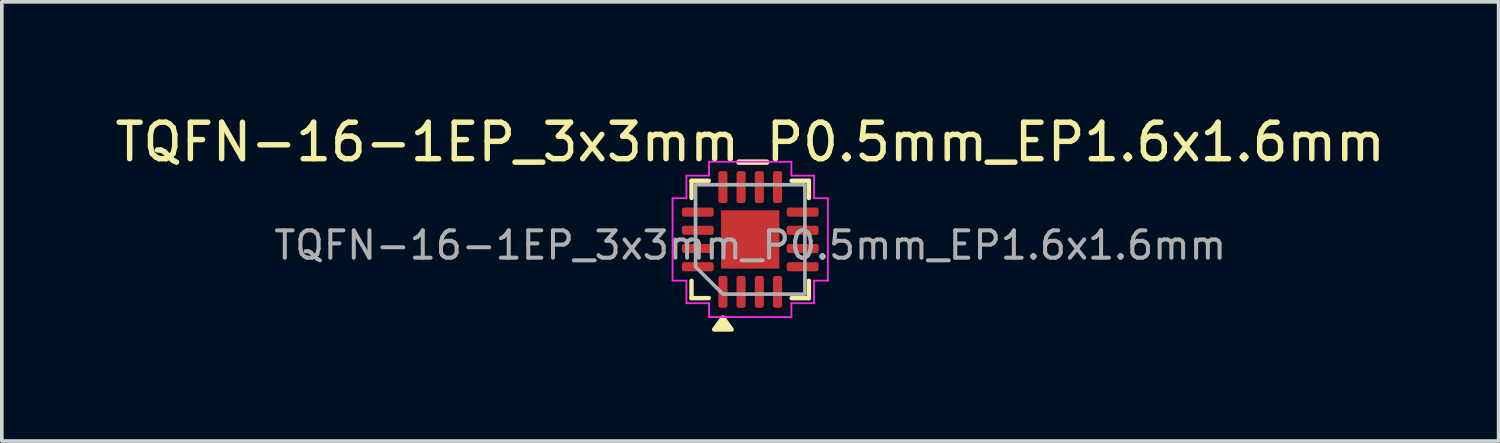
<source format=kicad_pcb>
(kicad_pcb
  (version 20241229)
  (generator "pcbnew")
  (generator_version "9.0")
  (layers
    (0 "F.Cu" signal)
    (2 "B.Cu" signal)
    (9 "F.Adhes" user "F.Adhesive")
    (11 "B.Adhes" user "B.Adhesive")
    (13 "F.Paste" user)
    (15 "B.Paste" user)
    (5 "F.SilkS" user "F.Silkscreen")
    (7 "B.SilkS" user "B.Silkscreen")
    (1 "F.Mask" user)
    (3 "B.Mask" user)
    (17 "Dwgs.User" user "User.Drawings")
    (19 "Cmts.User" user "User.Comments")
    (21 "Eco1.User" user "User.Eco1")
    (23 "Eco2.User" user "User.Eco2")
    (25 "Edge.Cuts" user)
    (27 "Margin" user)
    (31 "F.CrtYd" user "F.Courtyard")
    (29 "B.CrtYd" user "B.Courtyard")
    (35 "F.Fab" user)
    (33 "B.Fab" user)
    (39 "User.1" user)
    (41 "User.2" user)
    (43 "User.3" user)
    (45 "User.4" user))
  (footprint "TQFN-16-1EP_3x3mm_P0.5mm_EP1.6x1.6mm"
    (layer "F.Cu")
    (at 17.53 3.678)
    (property "Reference" "TQFN-16-1EP_3x3mm_P0.5mm_EP1.6x1.6mm" (at 0 -2.83 0) (layer "F.SilkS") (effects (font (size 1 1) (thickness 0.15))))
    (attr smd)
    (fp_line (start -1.61 -1.77) (end -1.135 -1.77) (stroke (width 0.12) (type solid)) (layer "F.SilkS"))
    (fp_line (start -1.61 -1.295) (end -1.61 -1.77) (stroke (width 0.12) (type solid)) (layer "F.SilkS"))
    (fp_line (start -1.61 1.45) (end -1.61 0.975) (stroke (width 0.12) (type solid)) (layer "F.SilkS"))
    (fp_line (start -1.135 1.45) (end -1.61 1.45) (stroke (width 0.12) (type solid)) (layer "F.SilkS"))
    (fp_line (start 1.135 -1.77) (end 1.61 -1.77) (stroke (width 0.12) (type solid)) (layer "F.SilkS"))
    (fp_line (start 1.61 -1.77) (end 1.61 -1.295) (stroke (width 0.12) (type solid)) (layer "F.SilkS"))
    (fp_line (start 1.61 0.975) (end 1.61 1.45) (stroke (width 0.12) (type solid)) (layer "F.SilkS"))
    (fp_line (start 1.61 1.45) (end 1.135 1.45) (stroke (width 0.12) (type solid)) (layer "F.SilkS"))
    (fp_poly (pts (xy -0.75 1.98) (xy -0.51 2.31) (xy -0.99 2.31)) (stroke (width 0.12) (type solid)) (fill yes) (layer "F.SilkS"))
    (fp_line (start -2.13 -1.29) (end -1.75 -1.29) (stroke (width 0.05) (type solid)) (layer "F.CrtYd"))
    (fp_line (start -2.13 0.97) (end -2.13 -1.29) (stroke (width 0.05) (type solid)) (layer "F.CrtYd"))
    (fp_line (start -1.75 -1.91) (end -1.13 -1.91) (stroke (width 0.05) (type solid)) (layer "F.CrtYd"))
    (fp_line (start -1.75 -1.29) (end -1.75 -1.91) (stroke (width 0.05) (type solid)) (layer "F.CrtYd"))
    (fp_line (start -1.75 0.97) (end -2.13 0.97) (stroke (width 0.05) (type solid)) (layer "F.CrtYd"))
    (fp_line (start -1.75 1.59) (end -1.75 0.97) (stroke (width 0.05) (type solid)) (layer "F.CrtYd"))
    (fp_line (start -1.13 -2.29) (end 1.13 -2.29) (stroke (width 0.05) (type solid)) (layer "F.CrtYd"))
    (fp_line (start -1.13 -1.91) (end -1.13 -2.29) (stroke (width 0.05) (type solid)) (layer "F.CrtYd"))
    (fp_line (start -1.13 1.59) (end -1.75 1.59) (stroke (width 0.05) (type solid)) (layer "F.CrtYd"))
    (fp_line (start -1.13 1.97) (end -1.13 1.59) (stroke (width 0.05) (type solid)) (layer "F.CrtYd"))
    (fp_line (start 1.13 -2.29) (end 1.13 -1.91) (stroke (width 0.05) (type solid)) (layer "F.CrtYd"))
    (fp_line (start 1.13 -1.91) (end 1.75 -1.91) (stroke (width 0.05) (type solid)) (layer "F.CrtYd"))
    (fp_line (start 1.13 1.59) (end 1.13 1.97) (stroke (width 0.05) (type solid)) (layer "F.CrtYd"))
    (fp_line (start 1.13 1.97) (end -1.13 1.97) (stroke (width 0.05) (type solid)) (layer "F.CrtYd"))
    (fp_line (start 1.75 -1.91) (end 1.75 -1.29) (stroke (width 0.05) (type solid)) (layer "F.CrtYd"))
    (fp_line (start 1.75 -1.29) (end 2.13 -1.29) (stroke (width 0.05) (type solid)) (layer "F.CrtYd"))
    (fp_line (start 1.75 0.97) (end 1.75 1.59) (stroke (width 0.05) (type solid)) (layer "F.CrtYd"))
    (fp_line (start 1.75 1.59) (end 1.13 1.59) (stroke (width 0.05) (type solid)) (layer "F.CrtYd"))
    (fp_line (start 2.13 -1.29) (end 2.13 0.97) (stroke (width 0.05) (type solid)) (layer "F.CrtYd"))
    (fp_line (start 2.13 0.97) (end 1.75 0.97) (stroke (width 0.05) (type solid)) (layer "F.CrtYd"))
    (fp_poly (pts (xy -1.5 0.59) (xy -1.5 -1.66) (xy 1.5 -1.66) (xy 1.5 1.34) (xy -0.75 1.34)) (stroke (width 0.1) (type solid)) (fill no) (layer "F.Fab"))
    (fp_text user "${REFERENCE}" (at 0 0 0) (layer "F.Fab") (effects (font (size 0.75 0.75) (thickness 0.11))))
    (pad "" smd roundrect (at -0.4 -0.56 90) (size 0.64 0.64) (layers "F.Paste") (roundrect_rratio 0.25))
    (pad "" smd roundrect (at -0.4 0.24 90) (size 0.64 0.64) (layers "F.Paste") (roundrect_rratio 0.25))
    (pad "" smd roundrect (at 0.4 -0.56 90) (size 0.64 0.64) (layers "F.Paste") (roundrect_rratio 0.25))
    (pad "" smd roundrect (at 0.4 0.24 90) (size 0.64 0.64) (layers "F.Paste") (roundrect_rratio 0.25))
    (pad "1" smd roundrect (at -0.75 1.278 90) (size 0.875 0.25) (layers "F.Cu" "F.Mask" "F.Paste") (roundrect_rratio 0.25))
    (pad "2" smd roundrect (at -0.25 1.278 90) (size 0.875 0.25) (layers "F.Cu" "F.Mask" "F.Paste") (roundrect_rratio 0.25))
    (pad "3" smd roundrect (at 0.25 1.278 90) (size 0.875 0.25) (layers "F.Cu" "F.Mask" "F.Paste") (roundrect_rratio 0.25))
    (pad "4" smd roundrect (at 0.75 1.278 90) (size 0.875 0.25) (layers "F.Cu" "F.Mask" "F.Paste") (roundrect_rratio 0.25))
    (pad "5" smd roundrect (at 1.438 0.59 90) (size 0.25 0.875) (layers "F.Cu" "F.Mask" "F.Paste") (roundrect_rratio 0.25))
    (pad "6" smd roundrect (at 1.438 0.09 90) (size 0.25 0.875) (layers "F.Cu" "F.Mask" "F.Paste") (roundrect_rratio 0.25))
    (pad "7" smd roundrect (at 1.438 -0.41 90) (size 0.25 0.875) (layers "F.Cu" "F.Mask" "F.Paste") (roundrect_rratio 0.25))
    (pad "8" smd roundrect (at 1.438 -0.91 90) (size 0.25 0.875) (layers "F.Cu" "F.Mask" "F.Paste") (roundrect_rratio 0.25))
    (pad "9" smd roundrect (at 0.75 -1.597 90) (size 0.875 0.25) (layers "F.Cu" "F.Mask" "F.Paste") (roundrect_rratio 0.25))
    (pad "10" smd roundrect (at 0.25 -1.597 90) (size 0.875 0.25) (layers "F.Cu" "F.Mask" "F.Paste") (roundrect_rratio 0.25))
    (pad "11" smd roundrect (at -0.25 -1.597 90) (size 0.875 0.25) (layers "F.Cu" "F.Mask" "F.Paste") (roundrect_rratio 0.25))
    (pad "12" smd roundrect (at -0.75 -1.597 90) (size 0.875 0.25) (layers "F.Cu" "F.Mask" "F.Paste") (roundrect_rratio 0.25))
    (pad "13" smd roundrect (at -1.438 -0.91 90) (size 0.25 0.875) (layers "F.Cu" "F.Mask" "F.Paste") (roundrect_rratio 0.25))
    (pad "14" smd roundrect (at -1.438 -0.41 90) (size 0.25 0.875) (layers "F.Cu" "F.Mask" "F.Paste") (roundrect_rratio 0.25))
    (pad "15" smd roundrect (at -1.438 0.09 90) (size 0.25 0.875) (layers "F.Cu" "F.Mask" "F.Paste") (roundrect_rratio 0.25))
    (pad "16" smd roundrect (at -1.438 0.59 90) (size 0.25 0.875) (layers "F.Cu" "F.Mask" "F.Paste") (roundrect_rratio 0.25))
    (pad "17" smd rect (at 0 -0.16 90) (size 1.6 1.6) (property pad_prop_heatsink) (layers "F.Cu" "F.Mask")))
  (gr_rect
    (start -3 -3)
    (end 38.06 9.048)
    (stroke (width 0.1) (type default))
    (fill no)
    (layer "Edge.Cuts")))
</source>
